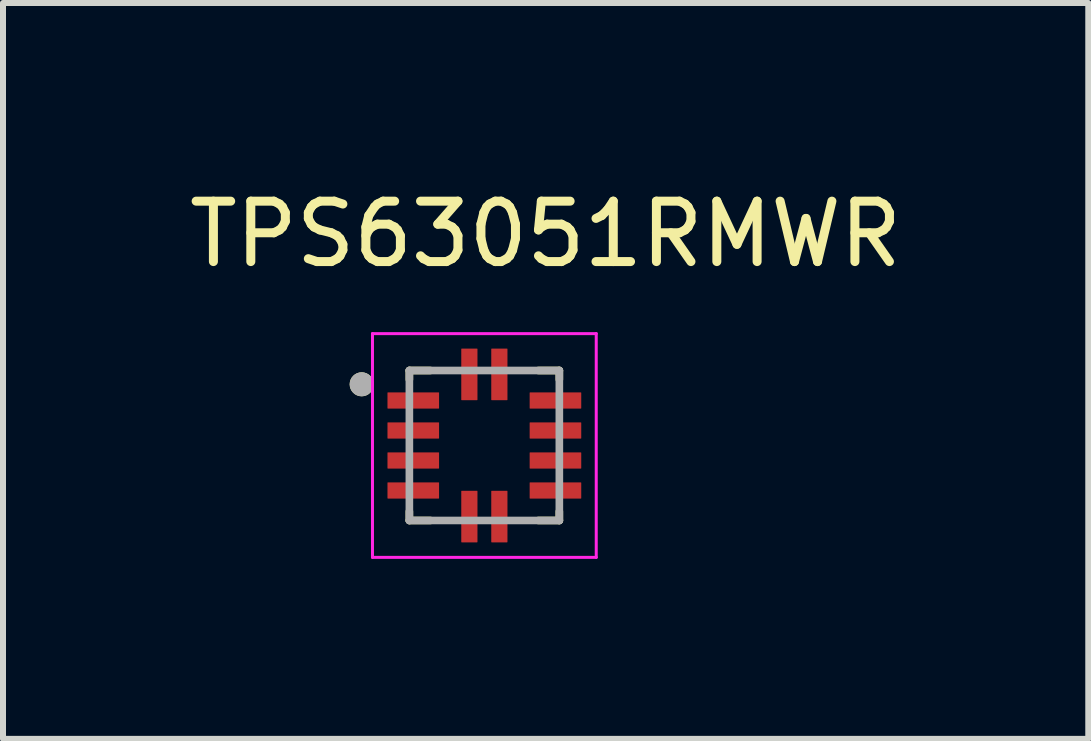
<source format=kicad_pcb>
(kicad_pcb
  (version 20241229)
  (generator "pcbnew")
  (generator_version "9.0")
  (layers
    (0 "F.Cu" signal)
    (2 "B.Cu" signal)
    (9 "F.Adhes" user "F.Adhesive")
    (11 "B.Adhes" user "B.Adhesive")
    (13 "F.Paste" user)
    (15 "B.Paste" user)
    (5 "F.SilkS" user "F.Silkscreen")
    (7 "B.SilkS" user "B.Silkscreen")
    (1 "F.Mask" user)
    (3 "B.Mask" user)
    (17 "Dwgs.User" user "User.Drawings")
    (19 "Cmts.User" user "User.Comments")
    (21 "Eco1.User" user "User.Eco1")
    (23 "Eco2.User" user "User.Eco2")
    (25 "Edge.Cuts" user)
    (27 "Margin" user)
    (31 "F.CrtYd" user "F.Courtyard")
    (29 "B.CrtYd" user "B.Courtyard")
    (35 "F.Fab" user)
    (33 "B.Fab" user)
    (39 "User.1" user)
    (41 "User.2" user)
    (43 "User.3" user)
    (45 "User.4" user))
  (footprint "TPS63051RMWR"
    (layer "F.Cu")
    (at 5.024 4.376)
    (property "Reference" "TPS63051RMWR" (at 1.022 -3.524 0) (layer "F.SilkS") (effects (font (size 1.007 1.007) (thickness 0.15))))
    (attr smd)
    (fp_line (start -1.25 -1.25) (end -1.25 -1.1) (stroke (width 0.127) (type solid)) (layer "F.SilkS"))
    (fp_line (start -1.25 -1.25) (end -0.9 -1.25) (stroke (width 0.127) (type solid)) (layer "F.SilkS"))
    (fp_line (start -1.25 1.25) (end -1.25 1.1) (stroke (width 0.127) (type solid)) (layer "F.SilkS"))
    (fp_line (start -1.25 1.25) (end -0.9 1.25) (stroke (width 0.127) (type solid)) (layer "F.SilkS"))
    (fp_line (start 1.25 -1.25) (end 0.9 -1.25) (stroke (width 0.127) (type solid)) (layer "F.SilkS"))
    (fp_line (start 1.25 -1.25) (end 1.25 -1.1) (stroke (width 0.127) (type solid)) (layer "F.SilkS"))
    (fp_line (start 1.25 1.25) (end 0.9 1.25) (stroke (width 0.127) (type solid)) (layer "F.SilkS"))
    (fp_line (start 1.25 1.25) (end 1.25 1.1) (stroke (width 0.127) (type solid)) (layer "F.SilkS"))
    (fp_circle (center -2.045 -1.02) (end -1.945 -1.02) (stroke (width 0.2) (type solid)) (fill no) (layer "F.SilkS"))
    (fp_line (start -1.865 -1.865) (end 1.865 -1.865) (stroke (width 0.05) (type solid)) (layer "F.CrtYd"))
    (fp_line (start -1.865 1.865) (end -1.865 -1.865) (stroke (width 0.05) (type solid)) (layer "F.CrtYd"))
    (fp_line (start -1.865 1.865) (end 1.865 1.865) (stroke (width 0.05) (type solid)) (layer "F.CrtYd"))
    (fp_line (start 1.865 1.865) (end 1.865 -1.865) (stroke (width 0.05) (type solid)) (layer "F.CrtYd"))
    (fp_line (start -1.25 1.25) (end -1.25 -1.25) (stroke (width 0.127) (type solid)) (layer "F.Fab"))
    (fp_line (start 1.25 -1.25) (end -1.25 -1.25) (stroke (width 0.127) (type solid)) (layer "F.Fab"))
    (fp_line (start 1.25 1.25) (end -1.25 1.25) (stroke (width 0.127) (type solid)) (layer "F.Fab"))
    (fp_line (start 1.25 1.25) (end 1.25 -1.25) (stroke (width 0.127) (type solid)) (layer "F.Fab"))
    (fp_circle (center -2.045 -1.02) (end -1.945 -1.02) (stroke (width 0.2) (type solid)) (fill no) (layer "F.Fab"))
    (pad "1" smd roundrect (at -1.185 -0.75) (size 0.86 0.27) (layers "F.Cu" "F.Mask" "F.Paste") (roundrect_rratio 0.03))
    (pad "2" smd roundrect (at -1.185 -0.25) (size 0.86 0.27) (layers "F.Cu" "F.Mask" "F.Paste") (roundrect_rratio 0.03))
    (pad "3" smd roundrect (at -1.185 0.25) (size 0.86 0.27) (layers "F.Cu" "F.Mask" "F.Paste") (roundrect_rratio 0.03))
    (pad "4" smd roundrect (at -1.185 0.75) (size 0.86 0.27) (layers "F.Cu" "F.Mask" "F.Paste") (roundrect_rratio 0.03))
    (pad "5" smd roundrect (at -0.25 1.185 90) (size 0.86 0.27) (layers "F.Cu" "F.Mask" "F.Paste") (roundrect_rratio 0.03))
    (pad "6" smd roundrect (at 0.25 1.185 90) (size 0.86 0.27) (layers "F.Cu" "F.Mask" "F.Paste") (roundrect_rratio 0.03))
    (pad "7" smd roundrect (at 1.185 0.75) (size 0.86 0.27) (layers "F.Cu" "F.Mask" "F.Paste") (roundrect_rratio 0.03))
    (pad "8" smd roundrect (at 1.185 0.25) (size 0.86 0.27) (layers "F.Cu" "F.Mask" "F.Paste") (roundrect_rratio 0.03))
    (pad "9" smd roundrect (at 1.185 -0.25) (size 0.86 0.27) (layers "F.Cu" "F.Mask" "F.Paste") (roundrect_rratio 0.03))
    (pad "10" smd roundrect (at 1.185 -0.75) (size 0.86 0.27) (layers "F.Cu" "F.Mask" "F.Paste") (roundrect_rratio 0.03))
    (pad "11" smd roundrect (at 0.25 -1.185 90) (size 0.86 0.27) (layers "F.Cu" "F.Mask" "F.Paste") (roundrect_rratio 0.03))
    (pad "12" smd roundrect (at -0.25 -1.185 90) (size 0.86 0.27) (layers "F.Cu" "F.Mask" "F.Paste") (roundrect_rratio 0.03)))
  (gr_rect
    (start -3 -3)
    (end 15.091 9.266)
    (stroke (width 0.1) (type default))
    (fill no)
    (layer "Edge.Cuts")))
</source>
